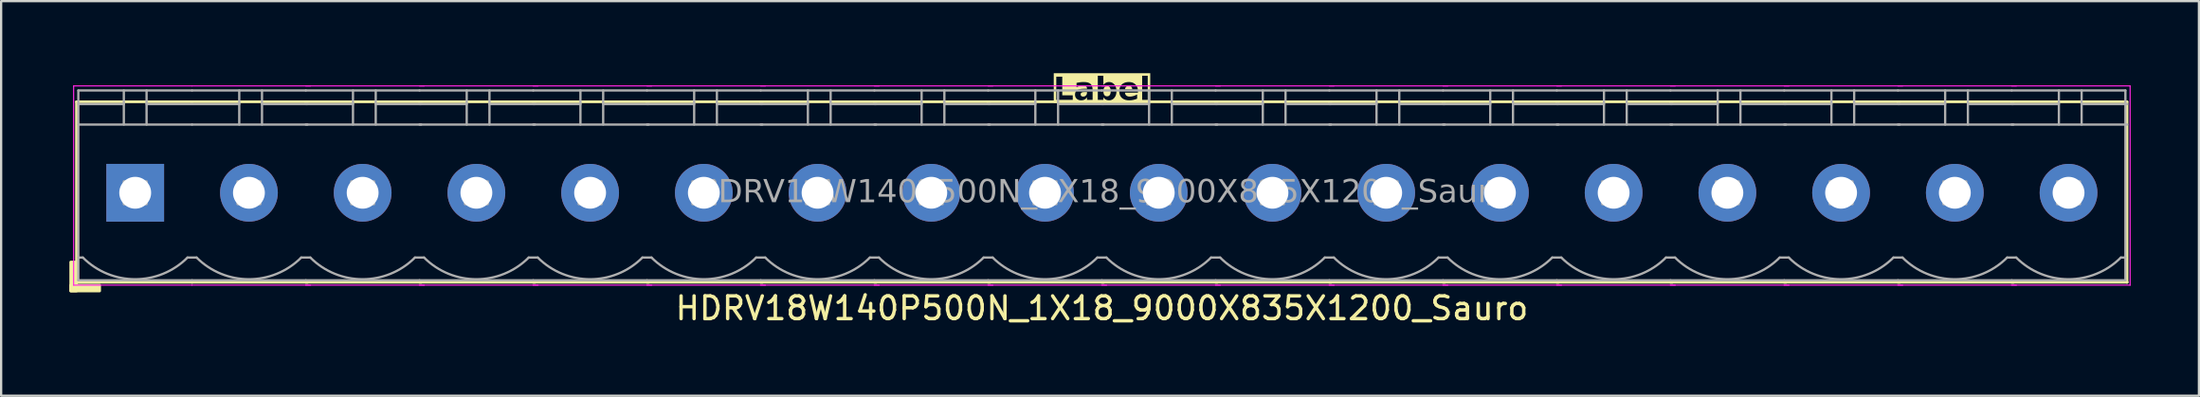
<source format=kicad_pcb>
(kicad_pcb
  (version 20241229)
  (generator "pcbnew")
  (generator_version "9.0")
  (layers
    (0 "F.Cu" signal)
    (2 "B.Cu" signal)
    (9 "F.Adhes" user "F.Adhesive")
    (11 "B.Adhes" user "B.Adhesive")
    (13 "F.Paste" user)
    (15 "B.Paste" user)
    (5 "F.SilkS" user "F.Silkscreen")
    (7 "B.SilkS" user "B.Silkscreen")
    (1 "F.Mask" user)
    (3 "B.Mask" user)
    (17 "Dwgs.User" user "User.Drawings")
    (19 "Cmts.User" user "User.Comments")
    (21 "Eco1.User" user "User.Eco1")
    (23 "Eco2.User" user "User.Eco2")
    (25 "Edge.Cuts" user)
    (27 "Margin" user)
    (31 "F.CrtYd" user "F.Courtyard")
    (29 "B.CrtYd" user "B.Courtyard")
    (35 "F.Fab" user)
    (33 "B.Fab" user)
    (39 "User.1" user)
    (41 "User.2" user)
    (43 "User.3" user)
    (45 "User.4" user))
  (footprint "HDRV18W140P500N_1X18_9000X835X1200_Sauro"
    (layer "F.Cu")
    (at 45.394 5.428)
    (property "Reference" "HDRV18W140P500N_1X18_9000X835X1200_Sauro" (at 0 5.08 0) (layer "F.SilkS") (effects (font (size 1 1) (thickness 0.15))))
    (property "Label" "Label" (at 0 -4.5 0) (layer "F.SilkS" knockout) (effects (font (face "Tahoma") (size 1 1) (thickness 0.2) (bold yes))))
    (attr through_hole)
    (fp_line (start -45.08 -4) (end -45.08 3.937) (stroke (width 0.12) (type solid)) (layer "F.SilkS"))
    (fp_line (start -45.08 3.937) (end -40 3.937) (stroke (width 0.12) (type solid)) (layer "F.SilkS"))
    (fp_line (start -40.005 -4) (end -45.08 -4) (stroke (width 0.12) (type solid)) (layer "F.SilkS"))
    (fp_line (start -40 3.937) (end -34.92 3.937) (stroke (width 0.12) (type solid)) (layer "F.SilkS"))
    (fp_line (start -35 3.937) (end -29.92 3.937) (stroke (width 0.12) (type solid)) (layer "F.SilkS"))
    (fp_line (start -34.93 -4) (end -40.005 -4) (stroke (width 0.12) (type solid)) (layer "F.SilkS"))
    (fp_line (start -30 3.937) (end -24.92 3.937) (stroke (width 0.12) (type solid)) (layer "F.SilkS"))
    (fp_line (start -29.93 -4) (end -35.005 -4) (stroke (width 0.12) (type solid)) (layer "F.SilkS"))
    (fp_line (start -25 3.937) (end -19.92 3.937) (stroke (width 0.12) (type solid)) (layer "F.SilkS"))
    (fp_line (start -24.93 -4) (end -30.005 -4) (stroke (width 0.12) (type solid)) (layer "F.SilkS"))
    (fp_line (start -20 3.937) (end -14.92 3.937) (stroke (width 0.12) (type solid)) (layer "F.SilkS"))
    (fp_line (start -19.93 -4) (end -25.005 -4) (stroke (width 0.12) (type solid)) (layer "F.SilkS"))
    (fp_line (start -15 3.937) (end -9.92 3.937) (stroke (width 0.12) (type solid)) (layer "F.SilkS"))
    (fp_line (start -14.93 -4) (end -20.005 -4) (stroke (width 0.12) (type solid)) (layer "F.SilkS"))
    (fp_line (start -10 3.937) (end -4.92 3.937) (stroke (width 0.12) (type solid)) (layer "F.SilkS"))
    (fp_line (start -9.93 -4) (end -15.005 -4) (stroke (width 0.12) (type solid)) (layer "F.SilkS"))
    (fp_line (start -5 3.937) (end 0.08 3.937) (stroke (width 0.12) (type solid)) (layer "F.SilkS"))
    (fp_line (start -4.93 -4) (end -10.005 -4) (stroke (width 0.12) (type solid)) (layer "F.SilkS"))
    (fp_line (start 0 3.937) (end 5.08 3.937) (stroke (width 0.12) (type solid)) (layer "F.SilkS"))
    (fp_line (start 0.07 -4) (end -5.005 -4) (stroke (width 0.12) (type solid)) (layer "F.SilkS"))
    (fp_line (start 5 3.937) (end 10.08 3.937) (stroke (width 0.12) (type solid)) (layer "F.SilkS"))
    (fp_line (start 5.07 -4) (end -0.005 -4) (stroke (width 0.12) (type solid)) (layer "F.SilkS"))
    (fp_line (start 10 3.937) (end 15.08 3.937) (stroke (width 0.12) (type solid)) (layer "F.SilkS"))
    (fp_line (start 10.07 -4) (end 4.995 -4) (stroke (width 0.12) (type solid)) (layer "F.SilkS"))
    (fp_line (start 15 3.937) (end 20.08 3.937) (stroke (width 0.12) (type solid)) (layer "F.SilkS"))
    (fp_line (start 15.07 -4) (end 9.995 -4) (stroke (width 0.12) (type solid)) (layer "F.SilkS"))
    (fp_line (start 20 3.937) (end 25.08 3.937) (stroke (width 0.12) (type solid)) (layer "F.SilkS"))
    (fp_line (start 20.07 -4) (end 14.995 -4) (stroke (width 0.12) (type solid)) (layer "F.SilkS"))
    (fp_line (start 25 3.937) (end 30.08 3.937) (stroke (width 0.12) (type solid)) (layer "F.SilkS"))
    (fp_line (start 25.07 -4) (end 19.995 -4) (stroke (width 0.12) (type solid)) (layer "F.SilkS"))
    (fp_line (start 30 3.937) (end 35.08 3.937) (stroke (width 0.12) (type solid)) (layer "F.SilkS"))
    (fp_line (start 30.07 -4) (end 24.995 -4) (stroke (width 0.12) (type solid)) (layer "F.SilkS"))
    (fp_line (start 35 3.937) (end 40.08 3.937) (stroke (width 0.12) (type solid)) (layer "F.SilkS"))
    (fp_line (start 35.07 -4) (end 29.995 -4) (stroke (width 0.12) (type solid)) (layer "F.SilkS"))
    (fp_line (start 40 3.937) (end 45.08 3.937) (stroke (width 0.12) (type solid)) (layer "F.SilkS"))
    (fp_line (start 40.07 -4) (end 34.995 -4) (stroke (width 0.12) (type solid)) (layer "F.SilkS"))
    (fp_line (start 45.07 -4) (end 39.995 -4) (stroke (width 0.12) (type solid)) (layer "F.SilkS"))
    (fp_line (start 45.07 -4) (end 45.07 3.937) (stroke (width 0.12) (type solid)) (layer "F.SilkS"))
    (fp_rect (start -45.08 3.048) (end -45.334 4.318) (stroke (width 0.12) (type solid)) (fill yes) (layer "F.SilkS"))
    (fp_rect (start -44.064 4.318) (end -45.334 4.064) (stroke (width 0.12) (type solid)) (fill yes) (layer "F.SilkS"))
    (fp_line (start -45.207 4.064) (end -45.207 -4.699) (stroke (width 0.05) (type solid)) (layer "F.CrtYd"))
    (fp_line (start -40.005 4.064) (end -45.207 4.064) (stroke (width 0.05) (type solid)) (layer "F.CrtYd"))
    (fp_line (start -40 -4.699) (end -45.207 -4.699) (stroke (width 0.05) (type solid)) (layer "F.CrtYd"))
    (fp_line (start -34.793 -4.699) (end -40 -4.699) (stroke (width 0.05) (type solid)) (layer "F.CrtYd"))
    (fp_line (start -34.793 4.064) (end -40.005 4.064) (stroke (width 0.05) (type solid)) (layer "F.CrtYd"))
    (fp_line (start -29.793 -4.699) (end -35 -4.699) (stroke (width 0.05) (type solid)) (layer "F.CrtYd"))
    (fp_line (start -29.793 4.064) (end -35.005 4.064) (stroke (width 0.05) (type solid)) (layer "F.CrtYd"))
    (fp_line (start -24.793 -4.699) (end -30 -4.699) (stroke (width 0.05) (type solid)) (layer "F.CrtYd"))
    (fp_line (start -24.793 4.064) (end -30.005 4.064) (stroke (width 0.05) (type solid)) (layer "F.CrtYd"))
    (fp_line (start -19.793 -4.699) (end -25 -4.699) (stroke (width 0.05) (type solid)) (layer "F.CrtYd"))
    (fp_line (start -19.793 4.064) (end -25.005 4.064) (stroke (width 0.05) (type solid)) (layer "F.CrtYd"))
    (fp_line (start -14.793 -4.699) (end -20 -4.699) (stroke (width 0.05) (type solid)) (layer "F.CrtYd"))
    (fp_line (start -14.793 4.064) (end -20.005 4.064) (stroke (width 0.05) (type solid)) (layer "F.CrtYd"))
    (fp_line (start -9.793 -4.699) (end -15 -4.699) (stroke (width 0.05) (type solid)) (layer "F.CrtYd"))
    (fp_line (start -9.793 4.064) (end -15.005 4.064) (stroke (width 0.05) (type solid)) (layer "F.CrtYd"))
    (fp_line (start -4.793 -4.699) (end -10 -4.699) (stroke (width 0.05) (type solid)) (layer "F.CrtYd"))
    (fp_line (start -4.793 4.064) (end -10.005 4.064) (stroke (width 0.05) (type solid)) (layer "F.CrtYd"))
    (fp_line (start 0.207 -4.699) (end -5 -4.699) (stroke (width 0.05) (type solid)) (layer "F.CrtYd"))
    (fp_line (start 0.207 4.064) (end -5.005 4.064) (stroke (width 0.05) (type solid)) (layer "F.CrtYd"))
    (fp_line (start 5.207 -4.699) (end 0 -4.699) (stroke (width 0.05) (type solid)) (layer "F.CrtYd"))
    (fp_line (start 5.207 4.064) (end -0.005 4.064) (stroke (width 0.05) (type solid)) (layer "F.CrtYd"))
    (fp_line (start 10.207 -4.699) (end 5 -4.699) (stroke (width 0.05) (type solid)) (layer "F.CrtYd"))
    (fp_line (start 10.207 4.064) (end 4.995 4.064) (stroke (width 0.05) (type solid)) (layer "F.CrtYd"))
    (fp_line (start 15.207 -4.699) (end 10 -4.699) (stroke (width 0.05) (type solid)) (layer "F.CrtYd"))
    (fp_line (start 15.207 4.064) (end 9.995 4.064) (stroke (width 0.05) (type solid)) (layer "F.CrtYd"))
    (fp_line (start 20.207 -4.699) (end 15 -4.699) (stroke (width 0.05) (type solid)) (layer "F.CrtYd"))
    (fp_line (start 20.207 4.064) (end 14.995 4.064) (stroke (width 0.05) (type solid)) (layer "F.CrtYd"))
    (fp_line (start 25.207 -4.699) (end 20 -4.699) (stroke (width 0.05) (type solid)) (layer "F.CrtYd"))
    (fp_line (start 25.207 4.064) (end 19.995 4.064) (stroke (width 0.05) (type solid)) (layer "F.CrtYd"))
    (fp_line (start 30.207 -4.699) (end 25 -4.699) (stroke (width 0.05) (type solid)) (layer "F.CrtYd"))
    (fp_line (start 30.207 4.064) (end 24.995 4.064) (stroke (width 0.05) (type solid)) (layer "F.CrtYd"))
    (fp_line (start 35.207 -4.699) (end 30 -4.699) (stroke (width 0.05) (type solid)) (layer "F.CrtYd"))
    (fp_line (start 35.207 4.064) (end 29.995 4.064) (stroke (width 0.05) (type solid)) (layer "F.CrtYd"))
    (fp_line (start 40.207 -4.699) (end 35 -4.699) (stroke (width 0.05) (type solid)) (layer "F.CrtYd"))
    (fp_line (start 40.207 4.064) (end 34.995 4.064) (stroke (width 0.05) (type solid)) (layer "F.CrtYd"))
    (fp_line (start 45.207 -4.699) (end 40 -4.699) (stroke (width 0.05) (type solid)) (layer "F.CrtYd"))
    (fp_line (start 45.207 -4.699) (end 45.207 4.064) (stroke (width 0.05) (type solid)) (layer "F.CrtYd"))
    (fp_line (start 45.207 4.064) (end 39.995 4.064) (stroke (width 0.05) (type solid)) (layer "F.CrtYd"))
    (fp_line (start -45 -4.5) (end -45 3.85) (stroke (width 0.1) (type solid)) (layer "F.Fab"))
    (fp_line (start -44.8 2.85) (end -45 2.85) (stroke (width 0.1) (type solid)) (layer "F.Fab"))
    (fp_line (start -43 -4.5) (end -43 -3) (stroke (width 0.1) (type default)) (layer "F.Fab"))
    (fp_line (start -43 -3.9) (end -45 -3.9) (stroke (width 0.1) (type solid)) (layer "F.Fab"))
    (fp_line (start -42 -4.5) (end -42 -3) (stroke (width 0.1) (type default)) (layer "F.Fab"))
    (fp_line (start -42 -3.9) (end -40 -3.9) (stroke (width 0.1) (type solid)) (layer "F.Fab"))
    (fp_line (start -40.2 2.85) (end -39.8 2.85) (stroke (width 0.1) (type solid)) (layer "F.Fab"))
    (fp_line (start -40 -4.5) (end -45 -4.5) (stroke (width 0.1) (type solid)) (layer "F.Fab"))
    (fp_line (start -40 -3) (end -45 -3) (stroke (width 0.1) (type solid)) (layer "F.Fab"))
    (fp_line (start -40 3.85) (end -45 3.85) (stroke (width 0.1) (type solid)) (layer "F.Fab"))
    (fp_line (start -40 3.85) (end -35 3.85) (stroke (width 0.1) (type solid)) (layer "F.Fab"))
    (fp_line (start -37.925 -4.5) (end -37.925 -3) (stroke (width 0.1) (type default)) (layer "F.Fab"))
    (fp_line (start -37.925 -3.9) (end -40 -3.9) (stroke (width 0.1) (type solid)) (layer "F.Fab"))
    (fp_line (start -36.925 -4.5) (end -36.925 -3) (stroke (width 0.1) (type default)) (layer "F.Fab"))
    (fp_line (start -36.925 -3.9) (end -34.925 -3.9) (stroke (width 0.1) (type solid)) (layer "F.Fab"))
    (fp_line (start -35.2 2.85) (end -34.8 2.85) (stroke (width 0.1) (type solid)) (layer "F.Fab"))
    (fp_line (start -35 -4.5) (end -40 -4.5) (stroke (width 0.1) (type solid)) (layer "F.Fab"))
    (fp_line (start -35 3.85) (end -30 3.85) (stroke (width 0.1) (type solid)) (layer "F.Fab"))
    (fp_line (start -34.925 -3) (end -40 -3) (stroke (width 0.1) (type solid)) (layer "F.Fab"))
    (fp_line (start -32.925 -4.5) (end -32.925 -3) (stroke (width 0.1) (type default)) (layer "F.Fab"))
    (fp_line (start -32.925 -3.9) (end -35 -3.9) (stroke (width 0.1) (type solid)) (layer "F.Fab"))
    (fp_line (start -31.925 -4.5) (end -31.925 -3) (stroke (width 0.1) (type default)) (layer "F.Fab"))
    (fp_line (start -31.925 -3.9) (end -29.925 -3.9) (stroke (width 0.1) (type solid)) (layer "F.Fab"))
    (fp_line (start -30.2 2.85) (end -29.8 2.85) (stroke (width 0.1) (type solid)) (layer "F.Fab"))
    (fp_line (start -30 -4.5) (end -35 -4.5) (stroke (width 0.1) (type solid)) (layer "F.Fab"))
    (fp_line (start -30 3.85) (end -25 3.85) (stroke (width 0.1) (type solid)) (layer "F.Fab"))
    (fp_line (start -29.925 -3) (end -35 -3) (stroke (width 0.1) (type solid)) (layer "F.Fab"))
    (fp_line (start -27.925 -4.5) (end -27.925 -3) (stroke (width 0.1) (type default)) (layer "F.Fab"))
    (fp_line (start -27.925 -3.9) (end -30 -3.9) (stroke (width 0.1) (type solid)) (layer "F.Fab"))
    (fp_line (start -26.925 -4.5) (end -26.925 -3) (stroke (width 0.1) (type default)) (layer "F.Fab"))
    (fp_line (start -26.925 -3.9) (end -24.925 -3.9) (stroke (width 0.1) (type solid)) (layer "F.Fab"))
    (fp_line (start -25.2 2.85) (end -24.8 2.85) (stroke (width 0.1) (type solid)) (layer "F.Fab"))
    (fp_line (start -25 -4.5) (end -30 -4.5) (stroke (width 0.1) (type solid)) (layer "F.Fab"))
    (fp_line (start -25 3.85) (end -20 3.85) (stroke (width 0.1) (type solid)) (layer "F.Fab"))
    (fp_line (start -24.925 -3) (end -30 -3) (stroke (width 0.1) (type solid)) (layer "F.Fab"))
    (fp_line (start -22.925 -4.5) (end -22.925 -3) (stroke (width 0.1) (type default)) (layer "F.Fab"))
    (fp_line (start -22.925 -3.9) (end -25 -3.9) (stroke (width 0.1) (type solid)) (layer "F.Fab"))
    (fp_line (start -21.925 -4.5) (end -21.925 -3) (stroke (width 0.1) (type default)) (layer "F.Fab"))
    (fp_line (start -21.925 -3.9) (end -19.925 -3.9) (stroke (width 0.1) (type solid)) (layer "F.Fab"))
    (fp_line (start -20.2 2.85) (end -19.8 2.85) (stroke (width 0.1) (type solid)) (layer "F.Fab"))
    (fp_line (start -20 -4.5) (end -25 -4.5) (stroke (width 0.1) (type solid)) (layer "F.Fab"))
    (fp_line (start -20 3.85) (end -15 3.85) (stroke (width 0.1) (type solid)) (layer "F.Fab"))
    (fp_line (start -19.925 -3) (end -25 -3) (stroke (width 0.1) (type solid)) (layer "F.Fab"))
    (fp_line (start -17.925 -4.5) (end -17.925 -3) (stroke (width 0.1) (type default)) (layer "F.Fab"))
    (fp_line (start -17.925 -3.9) (end -20 -3.9) (stroke (width 0.1) (type solid)) (layer "F.Fab"))
    (fp_line (start -16.925 -4.5) (end -16.925 -3) (stroke (width 0.1) (type default)) (layer "F.Fab"))
    (fp_line (start -16.925 -3.9) (end -14.925 -3.9) (stroke (width 0.1) (type solid)) (layer "F.Fab"))
    (fp_line (start -15.2 2.85) (end -14.8 2.85) (stroke (width 0.1) (type solid)) (layer "F.Fab"))
    (fp_line (start -15 -4.5) (end -20 -4.5) (stroke (width 0.1) (type solid)) (layer "F.Fab"))
    (fp_line (start -15 3.85) (end -10 3.85) (stroke (width 0.1) (type solid)) (layer "F.Fab"))
    (fp_line (start -14.925 -3) (end -20 -3) (stroke (width 0.1) (type solid)) (layer "F.Fab"))
    (fp_line (start -12.925 -4.5) (end -12.925 -3) (stroke (width 0.1) (type default)) (layer "F.Fab"))
    (fp_line (start -12.925 -3.9) (end -15 -3.9) (stroke (width 0.1) (type solid)) (layer "F.Fab"))
    (fp_line (start -11.925 -4.5) (end -11.925 -3) (stroke (width 0.1) (type default)) (layer "F.Fab"))
    (fp_line (start -11.925 -3.9) (end -9.925 -3.9) (stroke (width 0.1) (type solid)) (layer "F.Fab"))
    (fp_line (start -10.2 2.85) (end -9.8 2.85) (stroke (width 0.1) (type solid)) (layer "F.Fab"))
    (fp_line (start -10 -4.5) (end -15 -4.5) (stroke (width 0.1) (type solid)) (layer "F.Fab"))
    (fp_line (start -10 3.85) (end -5 3.85) (stroke (width 0.1) (type solid)) (layer "F.Fab"))
    (fp_line (start -9.925 -3) (end -15 -3) (stroke (width 0.1) (type solid)) (layer "F.Fab"))
    (fp_line (start -7.925 -4.5) (end -7.925 -3) (stroke (width 0.1) (type default)) (layer "F.Fab"))
    (fp_line (start -7.925 -3.9) (end -10 -3.9) (stroke (width 0.1) (type solid)) (layer "F.Fab"))
    (fp_line (start -6.925 -4.5) (end -6.925 -3) (stroke (width 0.1) (type default)) (layer "F.Fab"))
    (fp_line (start -6.925 -3.9) (end -4.925 -3.9) (stroke (width 0.1) (type solid)) (layer "F.Fab"))
    (fp_line (start -5.2 2.85) (end -4.8 2.85) (stroke (width 0.1) (type solid)) (layer "F.Fab"))
    (fp_line (start -5 -4.5) (end -10 -4.5) (stroke (width 0.1) (type solid)) (layer "F.Fab"))
    (fp_line (start -5 3.85) (end 0 3.85) (stroke (width 0.1) (type solid)) (layer "F.Fab"))
    (fp_line (start -4.925 -3) (end -10 -3) (stroke (width 0.1) (type solid)) (layer "F.Fab"))
    (fp_line (start -2.925 -4.5) (end -2.925 -3) (stroke (width 0.1) (type default)) (layer "F.Fab"))
    (fp_line (start -2.925 -3.9) (end -5 -3.9) (stroke (width 0.1) (type solid)) (layer "F.Fab"))
    (fp_line (start -1.925 -4.5) (end -1.925 -3) (stroke (width 0.1) (type default)) (layer "F.Fab"))
    (fp_line (start -1.925 -3.9) (end 0.075 -3.9) (stroke (width 0.1) (type solid)) (layer "F.Fab"))
    (fp_line (start -0.2 2.85) (end 0.2 2.85) (stroke (width 0.1) (type solid)) (layer "F.Fab"))
    (fp_line (start 0 -4.5) (end -5 -4.5) (stroke (width 0.1) (type solid)) (layer "F.Fab"))
    (fp_line (start 0 3.85) (end 5 3.85) (stroke (width 0.1) (type solid)) (layer "F.Fab"))
    (fp_line (start 0.075 -3) (end -5 -3) (stroke (width 0.1) (type solid)) (layer "F.Fab"))
    (fp_line (start 2.075 -4.5) (end 2.075 -3) (stroke (width 0.1) (type default)) (layer "F.Fab"))
    (fp_line (start 2.075 -3.9) (end 0 -3.9) (stroke (width 0.1) (type solid)) (layer "F.Fab"))
    (fp_line (start 3.075 -4.5) (end 3.075 -3) (stroke (width 0.1) (type default)) (layer "F.Fab"))
    (fp_line (start 3.075 -3.9) (end 5.075 -3.9) (stroke (width 0.1) (type solid)) (layer "F.Fab"))
    (fp_line (start 4.8 2.85) (end 5.2 2.85) (stroke (width 0.1) (type solid)) (layer "F.Fab"))
    (fp_line (start 5 -4.5) (end 0 -4.5) (stroke (width 0.1) (type solid)) (layer "F.Fab"))
    (fp_line (start 5 3.85) (end 10 3.85) (stroke (width 0.1) (type solid)) (layer "F.Fab"))
    (fp_line (start 5.075 -3) (end 0 -3) (stroke (width 0.1) (type solid)) (layer "F.Fab"))
    (fp_line (start 7.075 -4.5) (end 7.075 -3) (stroke (width 0.1) (type default)) (layer "F.Fab"))
    (fp_line (start 7.075 -3.9) (end 5 -3.9) (stroke (width 0.1) (type solid)) (layer "F.Fab"))
    (fp_line (start 8.075 -4.5) (end 8.075 -3) (stroke (width 0.1) (type default)) (layer "F.Fab"))
    (fp_line (start 8.075 -3.9) (end 10.075 -3.9) (stroke (width 0.1) (type solid)) (layer "F.Fab"))
    (fp_line (start 9.8 2.85) (end 10.2 2.85) (stroke (width 0.1) (type solid)) (layer "F.Fab"))
    (fp_line (start 10 -4.5) (end 5 -4.5) (stroke (width 0.1) (type solid)) (layer "F.Fab"))
    (fp_line (start 10 3.85) (end 15 3.85) (stroke (width 0.1) (type solid)) (layer "F.Fab"))
    (fp_line (start 10.075 -3) (end 5 -3) (stroke (width 0.1) (type solid)) (layer "F.Fab"))
    (fp_line (start 12.075 -4.5) (end 12.075 -3) (stroke (width 0.1) (type default)) (layer "F.Fab"))
    (fp_line (start 12.075 -3.9) (end 10 -3.9) (stroke (width 0.1) (type solid)) (layer "F.Fab"))
    (fp_line (start 13.075 -4.5) (end 13.075 -3) (stroke (width 0.1) (type default)) (layer "F.Fab"))
    (fp_line (start 13.075 -3.9) (end 15.075 -3.9) (stroke (width 0.1) (type solid)) (layer "F.Fab"))
    (fp_line (start 14.8 2.85) (end 15.2 2.85) (stroke (width 0.1) (type solid)) (layer "F.Fab"))
    (fp_line (start 15 -4.5) (end 10 -4.5) (stroke (width 0.1) (type solid)) (layer "F.Fab"))
    (fp_line (start 15 3.85) (end 20 3.85) (stroke (width 0.1) (type solid)) (layer "F.Fab"))
    (fp_line (start 15.075 -3) (end 10 -3) (stroke (width 0.1) (type solid)) (layer "F.Fab"))
    (fp_line (start 17.075 -4.5) (end 17.075 -3) (stroke (width 0.1) (type default)) (layer "F.Fab"))
    (fp_line (start 17.075 -3.9) (end 15 -3.9) (stroke (width 0.1) (type solid)) (layer "F.Fab"))
    (fp_line (start 18.075 -4.5) (end 18.075 -3) (stroke (width 0.1) (type default)) (layer "F.Fab"))
    (fp_line (start 18.075 -3.9) (end 20.075 -3.9) (stroke (width 0.1) (type solid)) (layer "F.Fab"))
    (fp_line (start 19.8 2.85) (end 20.2 2.85) (stroke (width 0.1) (type solid)) (layer "F.Fab"))
    (fp_line (start 20 -4.5) (end 15 -4.5) (stroke (width 0.1) (type solid)) (layer "F.Fab"))
    (fp_line (start 20 3.85) (end 25 3.85) (stroke (width 0.1) (type solid)) (layer "F.Fab"))
    (fp_line (start 20.075 -3) (end 15 -3) (stroke (width 0.1) (type solid)) (layer "F.Fab"))
    (fp_line (start 22.075 -4.5) (end 22.075 -3) (stroke (width 0.1) (type default)) (layer "F.Fab"))
    (fp_line (start 22.075 -3.9) (end 20 -3.9) (stroke (width 0.1) (type solid)) (layer "F.Fab"))
    (fp_line (start 23.075 -4.5) (end 23.075 -3) (stroke (width 0.1) (type default)) (layer "F.Fab"))
    (fp_line (start 23.075 -3.9) (end 25.075 -3.9) (stroke (width 0.1) (type solid)) (layer "F.Fab"))
    (fp_line (start 24.8 2.85) (end 25.2 2.85) (stroke (width 0.1) (type solid)) (layer "F.Fab"))
    (fp_line (start 25 -4.5) (end 20 -4.5) (stroke (width 0.1) (type solid)) (layer "F.Fab"))
    (fp_line (start 25 3.85) (end 30 3.85) (stroke (width 0.1) (type solid)) (layer "F.Fab"))
    (fp_line (start 25.075 -3) (end 20 -3) (stroke (width 0.1) (type solid)) (layer "F.Fab"))
    (fp_line (start 27.075 -4.5) (end 27.075 -3) (stroke (width 0.1) (type default)) (layer "F.Fab"))
    (fp_line (start 27.075 -3.9) (end 25 -3.9) (stroke (width 0.1) (type solid)) (layer "F.Fab"))
    (fp_line (start 28.075 -4.5) (end 28.075 -3) (stroke (width 0.1) (type default)) (layer "F.Fab"))
    (fp_line (start 28.075 -3.9) (end 30.075 -3.9) (stroke (width 0.1) (type solid)) (layer "F.Fab"))
    (fp_line (start 29.8 2.85) (end 30.2 2.85) (stroke (width 0.1) (type solid)) (layer "F.Fab"))
    (fp_line (start 30 -4.5) (end 25 -4.5) (stroke (width 0.1) (type solid)) (layer "F.Fab"))
    (fp_line (start 30 3.85) (end 35 3.85) (stroke (width 0.1) (type solid)) (layer "F.Fab"))
    (fp_line (start 30.075 -3) (end 25 -3) (stroke (width 0.1) (type solid)) (layer "F.Fab"))
    (fp_line (start 32.075 -4.5) (end 32.075 -3) (stroke (width 0.1) (type default)) (layer "F.Fab"))
    (fp_line (start 32.075 -3.9) (end 30 -3.9) (stroke (width 0.1) (type solid)) (layer "F.Fab"))
    (fp_line (start 33.075 -4.5) (end 33.075 -3) (stroke (width 0.1) (type default)) (layer "F.Fab"))
    (fp_line (start 33.075 -3.9) (end 35.075 -3.9) (stroke (width 0.1) (type solid)) (layer "F.Fab"))
    (fp_line (start 34.8 2.85) (end 35.2 2.85) (stroke (width 0.1) (type solid)) (layer "F.Fab"))
    (fp_line (start 35 -4.5) (end 30 -4.5) (stroke (width 0.1) (type solid)) (layer "F.Fab"))
    (fp_line (start 35 3.85) (end 40 3.85) (stroke (width 0.1) (type solid)) (layer "F.Fab"))
    (fp_line (start 35.075 -3) (end 30 -3) (stroke (width 0.1) (type solid)) (layer "F.Fab"))
    (fp_line (start 37.075 -4.5) (end 37.075 -3) (stroke (width 0.1) (type default)) (layer "F.Fab"))
    (fp_line (start 37.075 -3.9) (end 35 -3.9) (stroke (width 0.1) (type solid)) (layer "F.Fab"))
    (fp_line (start 38.075 -4.5) (end 38.075 -3) (stroke (width 0.1) (type default)) (layer "F.Fab"))
    (fp_line (start 38.075 -3.9) (end 40.075 -3.9) (stroke (width 0.1) (type solid)) (layer "F.Fab"))
    (fp_line (start 39.8 2.85) (end 40.2 2.85) (stroke (width 0.1) (type solid)) (layer "F.Fab"))
    (fp_line (start 40 -4.5) (end 35 -4.5) (stroke (width 0.1) (type solid)) (layer "F.Fab"))
    (fp_line (start 40 3.85) (end 45 3.85) (stroke (width 0.1) (type solid)) (layer "F.Fab"))
    (fp_line (start 40.075 -3) (end 35 -3) (stroke (width 0.1) (type solid)) (layer "F.Fab"))
    (fp_line (start 42.075 -4.5) (end 42.075 -3) (stroke (width 0.1) (type default)) (layer "F.Fab"))
    (fp_line (start 42.075 -3.9) (end 40 -3.9) (stroke (width 0.1) (type solid)) (layer "F.Fab"))
    (fp_line (start 43.075 -4.5) (end 43.075 -3) (stroke (width 0.1) (type default)) (layer "F.Fab"))
    (fp_line (start 43.075 -3.9) (end 45.075 -3.9) (stroke (width 0.1) (type solid)) (layer "F.Fab"))
    (fp_line (start 45 -4.5) (end 40 -4.5) (stroke (width 0.1) (type solid)) (layer "F.Fab"))
    (fp_line (start 45 -4.5) (end 45 3.85) (stroke (width 0.1) (type solid)) (layer "F.Fab"))
    (fp_line (start 45 2.85) (end 44.8 2.85) (stroke (width 0.1) (type solid)) (layer "F.Fab"))
    (fp_line (start 45.075 -3) (end 40 -3) (stroke (width 0.1) (type solid)) (layer "F.Fab"))
    (fp_rect (start -43 -0.5) (end -42 0.5) (stroke (width 0.1) (type solid)) (fill no) (layer "F.Fab"))
    (fp_rect (start -38 -0.5) (end -37 0.5) (stroke (width 0.1) (type solid)) (fill no) (layer "F.Fab"))
    (fp_rect (start -33 -0.5) (end -32 0.5) (stroke (width 0.1) (type solid)) (fill no) (layer "F.Fab"))
    (fp_rect (start -28 -0.5) (end -27 0.5) (stroke (width 0.1) (type solid)) (fill no) (layer "F.Fab"))
    (fp_rect (start -23 -0.5) (end -22 0.5) (stroke (width 0.1) (type solid)) (fill no) (layer "F.Fab"))
    (fp_rect (start -18 -0.5) (end -17 0.5) (stroke (width 0.1) (type solid)) (fill no) (layer "F.Fab"))
    (fp_rect (start -13 -0.5) (end -12 0.5) (stroke (width 0.1) (type solid)) (fill no) (layer "F.Fab"))
    (fp_rect (start -8 -0.5) (end -7 0.5) (stroke (width 0.1) (type solid)) (fill no) (layer "F.Fab"))
    (fp_rect (start -3 -0.5) (end -2 0.5) (stroke (width 0.1) (type solid)) (fill no) (layer "F.Fab"))
    (fp_rect (start 2 -0.5) (end 3 0.5) (stroke (width 0.1) (type solid)) (fill no) (layer "F.Fab"))
    (fp_rect (start 7 -0.5) (end 8 0.5) (stroke (width 0.1) (type solid)) (fill no) (layer "F.Fab"))
    (fp_rect (start 12 -0.5) (end 13 0.5) (stroke (width 0.1) (type solid)) (fill no) (layer "F.Fab"))
    (fp_rect (start 17 -0.5) (end 18 0.5) (stroke (width 0.1) (type solid)) (fill no) (layer "F.Fab"))
    (fp_rect (start 22 -0.5) (end 23 0.5) (stroke (width 0.1) (type solid)) (fill no) (layer "F.Fab"))
    (fp_rect (start 27 -0.5) (end 28 0.5) (stroke (width 0.1) (type solid)) (fill no) (layer "F.Fab"))
    (fp_rect (start 32 -0.5) (end 33 0.5) (stroke (width 0.1) (type solid)) (fill no) (layer "F.Fab"))
    (fp_rect (start 37 -0.5) (end 38 0.5) (stroke (width 0.1) (type solid)) (fill no) (layer "F.Fab"))
    (fp_rect (start 42 -0.5) (end 43 0.5) (stroke (width 0.1) (type solid)) (fill no) (layer "F.Fab"))
    (fp_arc (start -40.2 2.85) (mid -42.5 3.802691) (end -44.8 2.85) (stroke (width 0.1) (type default)) (layer "F.Fab"))
    (fp_arc (start -35.2 2.85) (mid -37.5 3.802691) (end -39.8 2.85) (stroke (width 0.1) (type default)) (layer "F.Fab"))
    (fp_arc (start -30.2 2.85) (mid -32.5 3.802691) (end -34.8 2.85) (stroke (width 0.1) (type default)) (layer "F.Fab"))
    (fp_arc (start -25.2 2.85) (mid -27.5 3.802691) (end -29.8 2.85) (stroke (width 0.1) (type default)) (layer "F.Fab"))
    (fp_arc (start -20.2 2.85) (mid -22.5 3.802691) (end -24.8 2.85) (stroke (width 0.1) (type default)) (layer "F.Fab"))
    (fp_arc (start -15.2 2.85) (mid -17.5 3.802691) (end -19.8 2.85) (stroke (width 0.1) (type default)) (layer "F.Fab"))
    (fp_arc (start -10.2 2.85) (mid -12.5 3.802691) (end -14.8 2.85) (stroke (width 0.1) (type default)) (layer "F.Fab"))
    (fp_arc (start -5.2 2.85) (mid -7.5 3.802691) (end -9.8 2.85) (stroke (width 0.1) (type default)) (layer "F.Fab"))
    (fp_arc (start -0.2 2.85) (mid -2.5 3.802691) (end -4.8 2.85) (stroke (width 0.1) (type default)) (layer "F.Fab"))
    (fp_arc (start 4.8 2.85) (mid 2.5 3.802691) (end 0.2 2.85) (stroke (width 0.1) (type default)) (layer "F.Fab"))
    (fp_arc (start 9.8 2.85) (mid 7.5 3.802691) (end 5.2 2.85) (stroke (width 0.1) (type default)) (layer "F.Fab"))
    (fp_arc (start 14.8 2.85) (mid 12.5 3.802691) (end 10.2 2.85) (stroke (width 0.1) (type default)) (layer "F.Fab"))
    (fp_arc (start 19.8 2.85) (mid 17.5 3.802691) (end 15.2 2.85) (stroke (width 0.1) (type default)) (layer "F.Fab"))
    (fp_arc (start 24.8 2.85) (mid 22.5 3.802691) (end 20.2 2.85) (stroke (width 0.1) (type default)) (layer "F.Fab"))
    (fp_arc (start 29.8 2.85) (mid 27.5 3.802691) (end 25.2 2.85) (stroke (width 0.1) (type default)) (layer "F.Fab"))
    (fp_arc (start 34.8 2.85) (mid 32.5 3.802691) (end 30.2 2.85) (stroke (width 0.1) (type default)) (layer "F.Fab"))
    (fp_arc (start 39.8 2.85) (mid 37.5 3.802691) (end 35.2 2.85) (stroke (width 0.1) (type default)) (layer "F.Fab"))
    (fp_arc (start 44.8 2.85) (mid 42.5 3.802691) (end 40.2 2.85) (stroke (width 0.1) (type default)) (layer "F.Fab"))
    (fp_text user "${REFERENCE}" (at 0 0 0) (layer "F.Fab") (effects (font (face "Tahoma") (size 1 1) (thickness 0.15))))
    (pad "1" thru_hole rect (at -42.5 0) (size 2.54 2.54) (drill 1.4) (layers "*.Cu" "*.Mask"))
    (pad "2" thru_hole circle (at -37.5 0) (size 2.54 2.54) (drill 1.4) (layers "*.Cu" "*.Mask"))
    (pad "3" thru_hole circle (at -32.5 0) (size 2.54 2.54) (drill 1.4) (layers "*.Cu" "*.Mask"))
    (pad "4" thru_hole circle (at -27.5 0) (size 2.54 2.54) (drill 1.4) (layers "*.Cu" "*.Mask"))
    (pad "5" thru_hole circle (at -22.5 0) (size 2.54 2.54) (drill 1.4) (layers "*.Cu" "*.Mask"))
    (pad "6" thru_hole circle (at -17.5 0) (size 2.54 2.54) (drill 1.4) (layers "*.Cu" "*.Mask"))
    (pad "7" thru_hole circle (at -12.5 0) (size 2.54 2.54) (drill 1.4) (layers "*.Cu" "*.Mask"))
    (pad "8" thru_hole circle (at -7.5 0) (size 2.54 2.54) (drill 1.4) (layers "*.Cu" "*.Mask"))
    (pad "9" thru_hole circle (at -2.5 0) (size 2.54 2.54) (drill 1.4) (layers "*.Cu" "*.Mask"))
    (pad "10" thru_hole circle (at 2.5 0) (size 2.54 2.54) (drill 1.4) (layers "*.Cu" "*.Mask"))
    (pad "11" thru_hole circle (at 7.5 0) (size 2.54 2.54) (drill 1.4) (layers "*.Cu" "*.Mask"))
    (pad "12" thru_hole circle (at 12.5 0) (size 2.54 2.54) (drill 1.4) (layers "*.Cu" "*.Mask"))
    (pad "13" thru_hole circle (at 17.5 0) (size 2.54 2.54) (drill 1.4) (layers "*.Cu" "*.Mask"))
    (pad "14" thru_hole circle (at 22.5 0) (size 2.54 2.54) (drill 1.4) (layers "*.Cu" "*.Mask"))
    (pad "15" thru_hole circle (at 27.5 0) (size 2.54 2.54) (drill 1.4) (layers "*.Cu" "*.Mask"))
    (pad "16" thru_hole circle (at 32.5 0) (size 2.54 2.54) (drill 1.4) (layers "*.Cu" "*.Mask"))
    (pad "17" thru_hole circle (at 37.5 0) (size 2.54 2.54) (drill 1.4) (layers "*.Cu" "*.Mask"))
    (pad "18" thru_hole circle (at 42.5 0) (size 2.54 2.54) (drill 1.4) (layers "*.Cu" "*.Mask")))
  (gr_rect
    (start -3 -3)
    (end 93.626 14.356)
    (stroke (width 0.1) (type default))
    (fill no)
    (layer "Edge.Cuts")))
</source>
